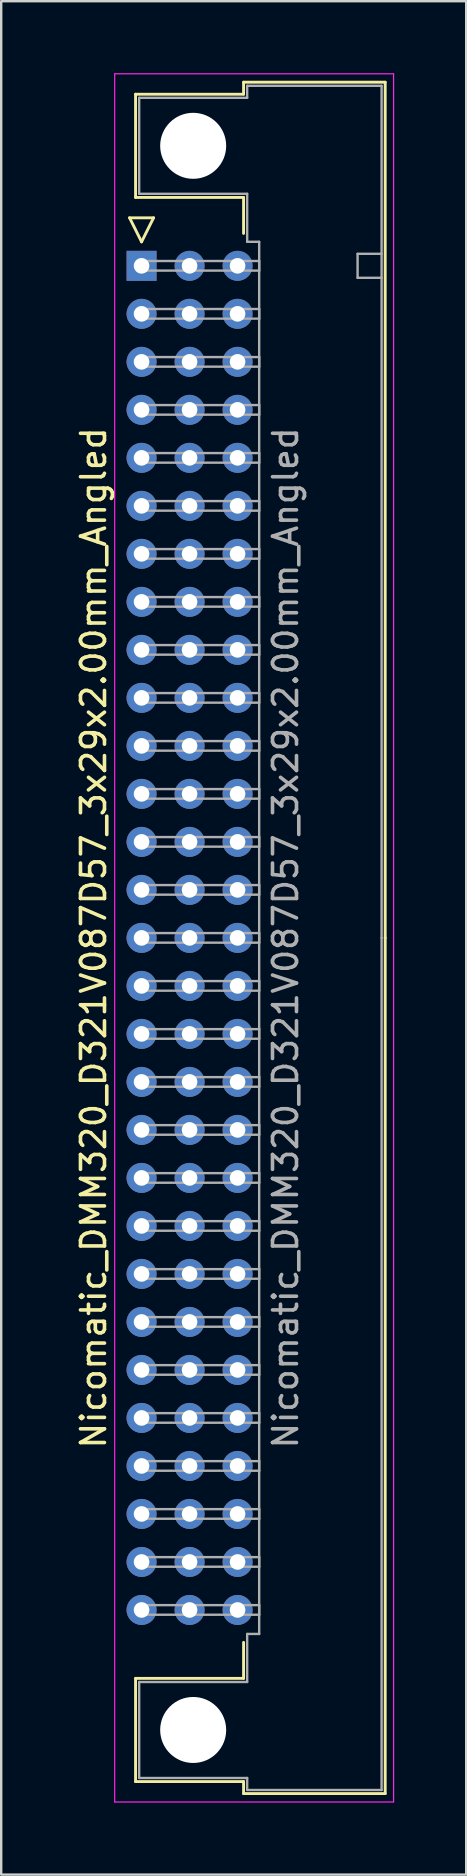
<source format=kicad_pcb>
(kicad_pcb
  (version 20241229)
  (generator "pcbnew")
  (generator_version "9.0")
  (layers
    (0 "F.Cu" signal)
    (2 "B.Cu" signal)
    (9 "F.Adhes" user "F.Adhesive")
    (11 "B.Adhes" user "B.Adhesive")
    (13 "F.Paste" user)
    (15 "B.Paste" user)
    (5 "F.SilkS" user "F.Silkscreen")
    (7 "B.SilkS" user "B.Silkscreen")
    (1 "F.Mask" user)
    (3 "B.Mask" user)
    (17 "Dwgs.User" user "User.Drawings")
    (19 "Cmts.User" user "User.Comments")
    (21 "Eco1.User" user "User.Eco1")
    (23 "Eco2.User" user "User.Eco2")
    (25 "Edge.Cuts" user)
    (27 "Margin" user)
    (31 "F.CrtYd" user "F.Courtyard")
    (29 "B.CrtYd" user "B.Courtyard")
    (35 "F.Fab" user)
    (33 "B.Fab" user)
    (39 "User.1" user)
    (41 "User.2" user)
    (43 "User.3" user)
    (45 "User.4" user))
  (footprint "Nicomatic_DMM320_D321V087D57_3x29x2.00mm_Angled"
    (layer "F.Cu")
    (at 2.848 8.025)
    (property "Reference" "Nicomatic_DMM320_D321V087D57_3x29x2.00mm_Angled" (at -2 28 90) (layer "F.SilkS") (effects (font (size 1 1) (thickness 0.15))))
    (attr through_hole)
    (fp_line (start -0.5 -2) (end 0 -1) (stroke (width 0.12) (type solid)) (layer "F.SilkS"))
    (fp_line (start -0.25 -7.15) (end -0.25 -2.85) (stroke (width 0.12) (type solid)) (layer "F.SilkS"))
    (fp_line (start -0.25 -2.85) (end 4.25 -2.85) (stroke (width 0.12) (type solid)) (layer "F.SilkS"))
    (fp_line (start -0.25 58.85) (end 4.25 58.85) (stroke (width 0.12) (type solid)) (layer "F.SilkS"))
    (fp_line (start -0.25 63.15) (end -0.25 58.85) (stroke (width 0.12) (type solid)) (layer "F.SilkS"))
    (fp_line (start 0 -1) (end 0.5 -2) (stroke (width 0.12) (type solid)) (layer "F.SilkS"))
    (fp_line (start 0.5 -2) (end -0.5 -2) (stroke (width 0.12) (type solid)) (layer "F.SilkS"))
    (fp_line (start 4.25 -7.65) (end 4.25 -7.15) (stroke (width 0.12) (type solid)) (layer "F.SilkS"))
    (fp_line (start 4.25 -7.15) (end -0.25 -7.15) (stroke (width 0.12) (type solid)) (layer "F.SilkS"))
    (fp_line (start 4.25 -2.85) (end 4.25 -1.35) (stroke (width 0.12) (type solid)) (layer "F.SilkS"))
    (fp_line (start 4.25 58.85) (end 4.25 57.35) (stroke (width 0.12) (type solid)) (layer "F.SilkS"))
    (fp_line (start 4.25 63.15) (end -0.25 63.15) (stroke (width 0.12) (type solid)) (layer "F.SilkS"))
    (fp_line (start 4.25 63.65) (end 4.25 63.15) (stroke (width 0.12) (type solid)) (layer "F.SilkS"))
    (fp_line (start 10.15 -7.65) (end 4.25 -7.65) (stroke (width 0.12) (type solid)) (layer "F.SilkS"))
    (fp_line (start 10.15 28) (end 10.15 -7.65) (stroke (width 0.12) (type solid)) (layer "F.SilkS"))
    (fp_line (start 10.15 28) (end 10.15 63.65) (stroke (width 0.12) (type solid)) (layer "F.SilkS"))
    (fp_line (start 10.15 63.65) (end 4.25 63.65) (stroke (width 0.12) (type solid)) (layer "F.SilkS"))
    (fp_line (start -1.12 -8) (end -1.12 64) (stroke (width 0.05) (type solid)) (layer "F.CrtYd"))
    (fp_line (start -1.12 64) (end 10.5 64) (stroke (width 0.05) (type solid)) (layer "F.CrtYd"))
    (fp_line (start 10.5 -8) (end -1.12 -8) (stroke (width 0.05) (type solid)) (layer "F.CrtYd"))
    (fp_line (start 10.5 64) (end 10.5 -8) (stroke (width 0.05) (type solid)) (layer "F.CrtYd"))
    (fp_line (start -0.1 -7) (end -0.1 -3) (stroke (width 0.1) (type solid)) (layer "F.Fab"))
    (fp_line (start -0.1 -3) (end 4.4 -3) (stroke (width 0.1) (type solid)) (layer "F.Fab"))
    (fp_line (start -0.1 59) (end 4.4 59) (stroke (width 0.1) (type solid)) (layer "F.Fab"))
    (fp_line (start -0.1 63) (end -0.1 59) (stroke (width 0.1) (type solid)) (layer "F.Fab"))
    (fp_line (start 0 -0.2) (end 0 0.2) (stroke (width 0.1) (type solid)) (layer "F.Fab"))
    (fp_line (start 0 0.2) (end 4.9 0.2) (stroke (width 0.1) (type solid)) (layer "F.Fab"))
    (fp_line (start 0 1.8) (end 0 2.2) (stroke (width 0.1) (type solid)) (layer "F.Fab"))
    (fp_line (start 0 2.2) (end 4.9 2.2) (stroke (width 0.1) (type solid)) (layer "F.Fab"))
    (fp_line (start 0 3.8) (end 0 4.2) (stroke (width 0.1) (type solid)) (layer "F.Fab"))
    (fp_line (start 0 4.2) (end 4.9 4.2) (stroke (width 0.1) (type solid)) (layer "F.Fab"))
    (fp_line (start 0 5.8) (end 0 6.2) (stroke (width 0.1) (type solid)) (layer "F.Fab"))
    (fp_line (start 0 6.2) (end 4.9 6.2) (stroke (width 0.1) (type solid)) (layer "F.Fab"))
    (fp_line (start 0 7.8) (end 0 8.2) (stroke (width 0.1) (type solid)) (layer "F.Fab"))
    (fp_line (start 0 8.2) (end 4.9 8.2) (stroke (width 0.1) (type solid)) (layer "F.Fab"))
    (fp_line (start 0 9.8) (end 0 10.2) (stroke (width 0.1) (type solid)) (layer "F.Fab"))
    (fp_line (start 0 10.2) (end 4.9 10.2) (stroke (width 0.1) (type solid)) (layer "F.Fab"))
    (fp_line (start 0 11.8) (end 0 12.2) (stroke (width 0.1) (type solid)) (layer "F.Fab"))
    (fp_line (start 0 12.2) (end 4.9 12.2) (stroke (width 0.1) (type solid)) (layer "F.Fab"))
    (fp_line (start 0 13.8) (end 0 14.2) (stroke (width 0.1) (type solid)) (layer "F.Fab"))
    (fp_line (start 0 14.2) (end 4.9 14.2) (stroke (width 0.1) (type solid)) (layer "F.Fab"))
    (fp_line (start 0 15.8) (end 0 16.2) (stroke (width 0.1) (type solid)) (layer "F.Fab"))
    (fp_line (start 0 16.2) (end 4.9 16.2) (stroke (width 0.1) (type solid)) (layer "F.Fab"))
    (fp_line (start 0 17.8) (end 0 18.2) (stroke (width 0.1) (type solid)) (layer "F.Fab"))
    (fp_line (start 0 18.2) (end 4.9 18.2) (stroke (width 0.1) (type solid)) (layer "F.Fab"))
    (fp_line (start 0 19.8) (end 0 20.2) (stroke (width 0.1) (type solid)) (layer "F.Fab"))
    (fp_line (start 0 20.2) (end 4.9 20.2) (stroke (width 0.1) (type solid)) (layer "F.Fab"))
    (fp_line (start 0 21.8) (end 0 22.2) (stroke (width 0.1) (type solid)) (layer "F.Fab"))
    (fp_line (start 0 22.2) (end 4.9 22.2) (stroke (width 0.1) (type solid)) (layer "F.Fab"))
    (fp_line (start 0 23.8) (end 0 24.2) (stroke (width 0.1) (type solid)) (layer "F.Fab"))
    (fp_line (start 0 24.2) (end 4.9 24.2) (stroke (width 0.1) (type solid)) (layer "F.Fab"))
    (fp_line (start 0 25.8) (end 0 26.2) (stroke (width 0.1) (type solid)) (layer "F.Fab"))
    (fp_line (start 0 26.2) (end 4.9 26.2) (stroke (width 0.1) (type solid)) (layer "F.Fab"))
    (fp_line (start 0 27.8) (end 0 28.2) (stroke (width 0.1) (type solid)) (layer "F.Fab"))
    (fp_line (start 0 28.2) (end 4.9 28.2) (stroke (width 0.1) (type solid)) (layer "F.Fab"))
    (fp_line (start 0 29.8) (end 0 30.2) (stroke (width 0.1) (type solid)) (layer "F.Fab"))
    (fp_line (start 0 30.2) (end 4.9 30.2) (stroke (width 0.1) (type solid)) (layer "F.Fab"))
    (fp_line (start 0 31.8) (end 0 32.2) (stroke (width 0.1) (type solid)) (layer "F.Fab"))
    (fp_line (start 0 32.2) (end 4.9 32.2) (stroke (width 0.1) (type solid)) (layer "F.Fab"))
    (fp_line (start 0 33.8) (end 0 34.2) (stroke (width 0.1) (type solid)) (layer "F.Fab"))
    (fp_line (start 0 34.2) (end 4.9 34.2) (stroke (width 0.1) (type solid)) (layer "F.Fab"))
    (fp_line (start 0 35.8) (end 0 36.2) (stroke (width 0.1) (type solid)) (layer "F.Fab"))
    (fp_line (start 0 36.2) (end 4.9 36.2) (stroke (width 0.1) (type solid)) (layer "F.Fab"))
    (fp_line (start 0 37.8) (end 0 38.2) (stroke (width 0.1) (type solid)) (layer "F.Fab"))
    (fp_line (start 0 38.2) (end 4.9 38.2) (stroke (width 0.1) (type solid)) (layer "F.Fab"))
    (fp_line (start 0 39.8) (end 0 40.2) (stroke (width 0.1) (type solid)) (layer "F.Fab"))
    (fp_line (start 0 40.2) (end 4.9 40.2) (stroke (width 0.1) (type solid)) (layer "F.Fab"))
    (fp_line (start 0 41.8) (end 0 42.2) (stroke (width 0.1) (type solid)) (layer "F.Fab"))
    (fp_line (start 0 42.2) (end 4.9 42.2) (stroke (width 0.1) (type solid)) (layer "F.Fab"))
    (fp_line (start 0 43.8) (end 0 44.2) (stroke (width 0.1) (type solid)) (layer "F.Fab"))
    (fp_line (start 0 44.2) (end 4.9 44.2) (stroke (width 0.1) (type solid)) (layer "F.Fab"))
    (fp_line (start 0 45.8) (end 0 46.2) (stroke (width 0.1) (type solid)) (layer "F.Fab"))
    (fp_line (start 0 46.2) (end 4.9 46.2) (stroke (width 0.1) (type solid)) (layer "F.Fab"))
    (fp_line (start 0 47.8) (end 0 48.2) (stroke (width 0.1) (type solid)) (layer "F.Fab"))
    (fp_line (start 0 48.2) (end 4.9 48.2) (stroke (width 0.1) (type solid)) (layer "F.Fab"))
    (fp_line (start 0 49.8) (end 0 50.2) (stroke (width 0.1) (type solid)) (layer "F.Fab"))
    (fp_line (start 0 50.2) (end 4.9 50.2) (stroke (width 0.1) (type solid)) (layer "F.Fab"))
    (fp_line (start 0 51.8) (end 0 52.2) (stroke (width 0.1) (type solid)) (layer "F.Fab"))
    (fp_line (start 0 52.2) (end 4.9 52.2) (stroke (width 0.1) (type solid)) (layer "F.Fab"))
    (fp_line (start 0 53.8) (end 0 54.2) (stroke (width 0.1) (type solid)) (layer "F.Fab"))
    (fp_line (start 0 54.2) (end 4.9 54.2) (stroke (width 0.1) (type solid)) (layer "F.Fab"))
    (fp_line (start 0 55.8) (end 0 56.2) (stroke (width 0.1) (type solid)) (layer "F.Fab"))
    (fp_line (start 0 56.2) (end 4.9 56.2) (stroke (width 0.1) (type solid)) (layer "F.Fab"))
    (fp_line (start 4.4 -7.5) (end 4.4 -7) (stroke (width 0.1) (type solid)) (layer "F.Fab"))
    (fp_line (start 4.4 -7) (end -0.1 -7) (stroke (width 0.1) (type solid)) (layer "F.Fab"))
    (fp_line (start 4.4 -3) (end 4.4 -1) (stroke (width 0.1) (type solid)) (layer "F.Fab"))
    (fp_line (start 4.4 -1) (end 4.9 -1) (stroke (width 0.1) (type solid)) (layer "F.Fab"))
    (fp_line (start 4.4 57) (end 4.9 57) (stroke (width 0.1) (type solid)) (layer "F.Fab"))
    (fp_line (start 4.4 59) (end 4.4 57) (stroke (width 0.1) (type solid)) (layer "F.Fab"))
    (fp_line (start 4.4 63) (end -0.1 63) (stroke (width 0.1) (type solid)) (layer "F.Fab"))
    (fp_line (start 4.4 63.5) (end 4.4 63) (stroke (width 0.1) (type solid)) (layer "F.Fab"))
    (fp_line (start 4.9 -1) (end 4.9 28) (stroke (width 0.1) (type solid)) (layer "F.Fab"))
    (fp_line (start 4.9 -0.2) (end 0 -0.2) (stroke (width 0.1) (type solid)) (layer "F.Fab"))
    (fp_line (start 4.9 0.2) (end 4.9 -0.2) (stroke (width 0.1) (type solid)) (layer "F.Fab"))
    (fp_line (start 4.9 1.8) (end 0 1.8) (stroke (width 0.1) (type solid)) (layer "F.Fab"))
    (fp_line (start 4.9 2.2) (end 4.9 1.8) (stroke (width 0.1) (type solid)) (layer "F.Fab"))
    (fp_line (start 4.9 3.8) (end 0 3.8) (stroke (width 0.1) (type solid)) (layer "F.Fab"))
    (fp_line (start 4.9 4.2) (end 4.9 3.8) (stroke (width 0.1) (type solid)) (layer "F.Fab"))
    (fp_line (start 4.9 5.8) (end 0 5.8) (stroke (width 0.1) (type solid)) (layer "F.Fab"))
    (fp_line (start 4.9 6.2) (end 4.9 5.8) (stroke (width 0.1) (type solid)) (layer "F.Fab"))
    (fp_line (start 4.9 7.8) (end 0 7.8) (stroke (width 0.1) (type solid)) (layer "F.Fab"))
    (fp_line (start 4.9 8.2) (end 4.9 7.8) (stroke (width 0.1) (type solid)) (layer "F.Fab"))
    (fp_line (start 4.9 9.8) (end 0 9.8) (stroke (width 0.1) (type solid)) (layer "F.Fab"))
    (fp_line (start 4.9 10.2) (end 4.9 9.8) (stroke (width 0.1) (type solid)) (layer "F.Fab"))
    (fp_line (start 4.9 11.8) (end 0 11.8) (stroke (width 0.1) (type solid)) (layer "F.Fab"))
    (fp_line (start 4.9 12.2) (end 4.9 11.8) (stroke (width 0.1) (type solid)) (layer "F.Fab"))
    (fp_line (start 4.9 13.8) (end 0 13.8) (stroke (width 0.1) (type solid)) (layer "F.Fab"))
    (fp_line (start 4.9 14.2) (end 4.9 13.8) (stroke (width 0.1) (type solid)) (layer "F.Fab"))
    (fp_line (start 4.9 15.8) (end 0 15.8) (stroke (width 0.1) (type solid)) (layer "F.Fab"))
    (fp_line (start 4.9 16.2) (end 4.9 15.8) (stroke (width 0.1) (type solid)) (layer "F.Fab"))
    (fp_line (start 4.9 17.8) (end 0 17.8) (stroke (width 0.1) (type solid)) (layer "F.Fab"))
    (fp_line (start 4.9 18.2) (end 4.9 17.8) (stroke (width 0.1) (type solid)) (layer "F.Fab"))
    (fp_line (start 4.9 19.8) (end 0 19.8) (stroke (width 0.1) (type solid)) (layer "F.Fab"))
    (fp_line (start 4.9 20.2) (end 4.9 19.8) (stroke (width 0.1) (type solid)) (layer "F.Fab"))
    (fp_line (start 4.9 21.8) (end 0 21.8) (stroke (width 0.1) (type solid)) (layer "F.Fab"))
    (fp_line (start 4.9 22.2) (end 4.9 21.8) (stroke (width 0.1) (type solid)) (layer "F.Fab"))
    (fp_line (start 4.9 23.8) (end 0 23.8) (stroke (width 0.1) (type solid)) (layer "F.Fab"))
    (fp_line (start 4.9 24.2) (end 4.9 23.8) (stroke (width 0.1) (type solid)) (layer "F.Fab"))
    (fp_line (start 4.9 25.8) (end 0 25.8) (stroke (width 0.1) (type solid)) (layer "F.Fab"))
    (fp_line (start 4.9 26.2) (end 4.9 25.8) (stroke (width 0.1) (type solid)) (layer "F.Fab"))
    (fp_line (start 4.9 27.8) (end 0 27.8) (stroke (width 0.1) (type solid)) (layer "F.Fab"))
    (fp_line (start 4.9 28.2) (end 4.9 27.8) (stroke (width 0.1) (type solid)) (layer "F.Fab"))
    (fp_line (start 4.9 29.8) (end 0 29.8) (stroke (width 0.1) (type solid)) (layer "F.Fab"))
    (fp_line (start 4.9 30.2) (end 4.9 29.8) (stroke (width 0.1) (type solid)) (layer "F.Fab"))
    (fp_line (start 4.9 31.8) (end 0 31.8) (stroke (width 0.1) (type solid)) (layer "F.Fab"))
    (fp_line (start 4.9 32.2) (end 4.9 31.8) (stroke (width 0.1) (type solid)) (layer "F.Fab"))
    (fp_line (start 4.9 33.8) (end 0 33.8) (stroke (width 0.1) (type solid)) (layer "F.Fab"))
    (fp_line (start 4.9 34.2) (end 4.9 33.8) (stroke (width 0.1) (type solid)) (layer "F.Fab"))
    (fp_line (start 4.9 35.8) (end 0 35.8) (stroke (width 0.1) (type solid)) (layer "F.Fab"))
    (fp_line (start 4.9 36.2) (end 4.9 35.8) (stroke (width 0.1) (type solid)) (layer "F.Fab"))
    (fp_line (start 4.9 37.8) (end 0 37.8) (stroke (width 0.1) (type solid)) (layer "F.Fab"))
    (fp_line (start 4.9 38.2) (end 4.9 37.8) (stroke (width 0.1) (type solid)) (layer "F.Fab"))
    (fp_line (start 4.9 39.8) (end 0 39.8) (stroke (width 0.1) (type solid)) (layer "F.Fab"))
    (fp_line (start 4.9 40.2) (end 4.9 39.8) (stroke (width 0.1) (type solid)) (layer "F.Fab"))
    (fp_line (start 4.9 41.8) (end 0 41.8) (stroke (width 0.1) (type solid)) (layer "F.Fab"))
    (fp_line (start 4.9 42.2) (end 4.9 41.8) (stroke (width 0.1) (type solid)) (layer "F.Fab"))
    (fp_line (start 4.9 43.8) (end 0 43.8) (stroke (width 0.1) (type solid)) (layer "F.Fab"))
    (fp_line (start 4.9 44.2) (end 4.9 43.8) (stroke (width 0.1) (type solid)) (layer "F.Fab"))
    (fp_line (start 4.9 45.8) (end 0 45.8) (stroke (width 0.1) (type solid)) (layer "F.Fab"))
    (fp_line (start 4.9 46.2) (end 4.9 45.8) (stroke (width 0.1) (type solid)) (layer "F.Fab"))
    (fp_line (start 4.9 47.8) (end 0 47.8) (stroke (width 0.1) (type solid)) (layer "F.Fab"))
    (fp_line (start 4.9 48.2) (end 4.9 47.8) (stroke (width 0.1) (type solid)) (layer "F.Fab"))
    (fp_line (start 4.9 49.8) (end 0 49.8) (stroke (width 0.1) (type solid)) (layer "F.Fab"))
    (fp_line (start 4.9 50.2) (end 4.9 49.8) (stroke (width 0.1) (type solid)) (layer "F.Fab"))
    (fp_line (start 4.9 51.8) (end 0 51.8) (stroke (width 0.1) (type solid)) (layer "F.Fab"))
    (fp_line (start 4.9 52.2) (end 4.9 51.8) (stroke (width 0.1) (type solid)) (layer "F.Fab"))
    (fp_line (start 4.9 53.8) (end 0 53.8) (stroke (width 0.1) (type solid)) (layer "F.Fab"))
    (fp_line (start 4.9 54.2) (end 4.9 53.8) (stroke (width 0.1) (type solid)) (layer "F.Fab"))
    (fp_line (start 4.9 55.8) (end 0 55.8) (stroke (width 0.1) (type solid)) (layer "F.Fab"))
    (fp_line (start 4.9 56.2) (end 4.9 55.8) (stroke (width 0.1) (type solid)) (layer "F.Fab"))
    (fp_line (start 4.9 57) (end 4.9 28) (stroke (width 0.1) (type solid)) (layer "F.Fab"))
    (fp_line (start 9 -0.5) (end 9 0.5) (stroke (width 0.1) (type solid)) (layer "F.Fab"))
    (fp_line (start 9 0.5) (end 10 0.5) (stroke (width 0.1) (type solid)) (layer "F.Fab"))
    (fp_line (start 10 -7.5) (end 4.4 -7.5) (stroke (width 0.1) (type solid)) (layer "F.Fab"))
    (fp_line (start 10 -0.5) (end 9 -0.5) (stroke (width 0.1) (type solid)) (layer "F.Fab"))
    (fp_line (start 10 28) (end 10 -7.5) (stroke (width 0.1) (type solid)) (layer "F.Fab"))
    (fp_line (start 10 28) (end 10 63.5) (stroke (width 0.1) (type solid)) (layer "F.Fab"))
    (fp_line (start 10 63.5) (end 4.4 63.5) (stroke (width 0.1) (type solid)) (layer "F.Fab"))
    (fp_text user "${REFERENCE}" (at 6 28 90) (layer "F.Fab") (effects (font (size 1 1) (thickness 0.15))))
    (pad "" np_thru_hole circle (at 2.15 -5) (size 2.75 2.75) (drill 2.75) (layers "*.Cu" "*.Mask"))
    (pad "" np_thru_hole circle (at 2.15 61) (size 2.75 2.75) (drill 2.75) (layers "*.Cu" "*.Mask"))
    (pad "1" thru_hole rect (at 0 0) (size 1.25 1.25) (drill 0.65) (layers "*.Cu" "*.Mask"))
    (pad "2" thru_hole oval (at 0 2) (size 1.25 1.25) (drill 0.65) (layers "*.Cu" "*.Mask"))
    (pad "3" thru_hole oval (at 0 4) (size 1.25 1.25) (drill 0.65) (layers "*.Cu" "*.Mask"))
    (pad "4" thru_hole oval (at 0 6) (size 1.25 1.25) (drill 0.65) (layers "*.Cu" "*.Mask"))
    (pad "5" thru_hole oval (at 0 8) (size 1.25 1.25) (drill 0.65) (layers "*.Cu" "*.Mask"))
    (pad "6" thru_hole oval (at 0 10) (size 1.25 1.25) (drill 0.65) (layers "*.Cu" "*.Mask"))
    (pad "7" thru_hole oval (at 0 12) (size 1.25 1.25) (drill 0.65) (layers "*.Cu" "*.Mask"))
    (pad "8" thru_hole oval (at 0 14) (size 1.25 1.25) (drill 0.65) (layers "*.Cu" "*.Mask"))
    (pad "9" thru_hole oval (at 0 16) (size 1.25 1.25) (drill 0.65) (layers "*.Cu" "*.Mask"))
    (pad "10" thru_hole oval (at 0 18) (size 1.25 1.25) (drill 0.65) (layers "*.Cu" "*.Mask"))
    (pad "11" thru_hole oval (at 0 20) (size 1.25 1.25) (drill 0.65) (layers "*.Cu" "*.Mask"))
    (pad "12" thru_hole oval (at 0 22) (size 1.25 1.25) (drill 0.65) (layers "*.Cu" "*.Mask"))
    (pad "13" thru_hole oval (at 0 24) (size 1.25 1.25) (drill 0.65) (layers "*.Cu" "*.Mask"))
    (pad "14" thru_hole oval (at 0 26) (size 1.25 1.25) (drill 0.65) (layers "*.Cu" "*.Mask"))
    (pad "15" thru_hole oval (at 0 28) (size 1.25 1.25) (drill 0.65) (layers "*.Cu" "*.Mask"))
    (pad "16" thru_hole oval (at 0 30) (size 1.25 1.25) (drill 0.65) (layers "*.Cu" "*.Mask"))
    (pad "17" thru_hole oval (at 0 32) (size 1.25 1.25) (drill 0.65) (layers "*.Cu" "*.Mask"))
    (pad "18" thru_hole oval (at 0 34) (size 1.25 1.25) (drill 0.65) (layers "*.Cu" "*.Mask"))
    (pad "19" thru_hole oval (at 0 36) (size 1.25 1.25) (drill 0.65) (layers "*.Cu" "*.Mask"))
    (pad "20" thru_hole oval (at 0 38) (size 1.25 1.25) (drill 0.65) (layers "*.Cu" "*.Mask"))
    (pad "21" thru_hole oval (at 0 40) (size 1.25 1.25) (drill 0.65) (layers "*.Cu" "*.Mask"))
    (pad "22" thru_hole oval (at 0 42) (size 1.25 1.25) (drill 0.65) (layers "*.Cu" "*.Mask"))
    (pad "23" thru_hole oval (at 0 44) (size 1.25 1.25) (drill 0.65) (layers "*.Cu" "*.Mask"))
    (pad "24" thru_hole oval (at 0 46) (size 1.25 1.25) (drill 0.65) (layers "*.Cu" "*.Mask"))
    (pad "25" thru_hole oval (at 0 48) (size 1.25 1.25) (drill 0.65) (layers "*.Cu" "*.Mask"))
    (pad "26" thru_hole oval (at 0 50) (size 1.25 1.25) (drill 0.65) (layers "*.Cu" "*.Mask"))
    (pad "27" thru_hole oval (at 0 52) (size 1.25 1.25) (drill 0.65) (layers "*.Cu" "*.Mask"))
    (pad "28" thru_hole oval (at 0 54) (size 1.25 1.25) (drill 0.65) (layers "*.Cu" "*.Mask"))
    (pad "29" thru_hole oval (at 0 56) (size 1.25 1.25) (drill 0.65) (layers "*.Cu" "*.Mask"))
    (pad "30" thru_hole oval (at 2 0) (size 1.25 1.25) (drill 0.65) (layers "*.Cu" "*.Mask"))
    (pad "31" thru_hole oval (at 2 2) (size 1.25 1.25) (drill 0.65) (layers "*.Cu" "*.Mask"))
    (pad "32" thru_hole oval (at 2 4) (size 1.25 1.25) (drill 0.65) (layers "*.Cu" "*.Mask"))
    (pad "33" thru_hole oval (at 2 6) (size 1.25 1.25) (drill 0.65) (layers "*.Cu" "*.Mask"))
    (pad "34" thru_hole oval (at 2 8) (size 1.25 1.25) (drill 0.65) (layers "*.Cu" "*.Mask"))
    (pad "35" thru_hole oval (at 2 10) (size 1.25 1.25) (drill 0.65) (layers "*.Cu" "*.Mask"))
    (pad "36" thru_hole oval (at 2 12) (size 1.25 1.25) (drill 0.65) (layers "*.Cu" "*.Mask"))
    (pad "37" thru_hole oval (at 2 14) (size 1.25 1.25) (drill 0.65) (layers "*.Cu" "*.Mask"))
    (pad "38" thru_hole oval (at 2 16) (size 1.25 1.25) (drill 0.65) (layers "*.Cu" "*.Mask"))
    (pad "39" thru_hole oval (at 2 18) (size 1.25 1.25) (drill 0.65) (layers "*.Cu" "*.Mask"))
    (pad "40" thru_hole oval (at 2 20) (size 1.25 1.25) (drill 0.65) (layers "*.Cu" "*.Mask"))
    (pad "41" thru_hole oval (at 2 22) (size 1.25 1.25) (drill 0.65) (layers "*.Cu" "*.Mask"))
    (pad "42" thru_hole oval (at 2 24) (size 1.25 1.25) (drill 0.65) (layers "*.Cu" "*.Mask"))
    (pad "43" thru_hole oval (at 2 26) (size 1.25 1.25) (drill 0.65) (layers "*.Cu" "*.Mask"))
    (pad "44" thru_hole oval (at 2 28) (size 1.25 1.25) (drill 0.65) (layers "*.Cu" "*.Mask"))
    (pad "45" thru_hole oval (at 2 30) (size 1.25 1.25) (drill 0.65) (layers "*.Cu" "*.Mask"))
    (pad "46" thru_hole oval (at 2 32) (size 1.25 1.25) (drill 0.65) (layers "*.Cu" "*.Mask"))
    (pad "47" thru_hole oval (at 2 34) (size 1.25 1.25) (drill 0.65) (layers "*.Cu" "*.Mask"))
    (pad "48" thru_hole oval (at 2 36) (size 1.25 1.25) (drill 0.65) (layers "*.Cu" "*.Mask"))
    (pad "49" thru_hole oval (at 2 38) (size 1.25 1.25) (drill 0.65) (layers "*.Cu" "*.Mask"))
    (pad "50" thru_hole oval (at 2 40) (size 1.25 1.25) (drill 0.65) (layers "*.Cu" "*.Mask"))
    (pad "51" thru_hole oval (at 2 42) (size 1.25 1.25) (drill 0.65) (layers "*.Cu" "*.Mask"))
    (pad "52" thru_hole oval (at 2 44) (size 1.25 1.25) (drill 0.65) (layers "*.Cu" "*.Mask"))
    (pad "53" thru_hole oval (at 2 46) (size 1.25 1.25) (drill 0.65) (layers "*.Cu" "*.Mask"))
    (pad "54" thru_hole oval (at 2 48) (size 1.25 1.25) (drill 0.65) (layers "*.Cu" "*.Mask"))
    (pad "55" thru_hole oval (at 2 50) (size 1.25 1.25) (drill 0.65) (layers "*.Cu" "*.Mask"))
    (pad "56" thru_hole oval (at 2 52) (size 1.25 1.25) (drill 0.65) (layers "*.Cu" "*.Mask"))
    (pad "57" thru_hole oval (at 2 54) (size 1.25 1.25) (drill 0.65) (layers "*.Cu" "*.Mask"))
    (pad "58" thru_hole oval (at 2 56) (size 1.25 1.25) (drill 0.65) (layers "*.Cu" "*.Mask"))
    (pad "59" thru_hole oval (at 4 0) (size 1.25 1.25) (drill 0.65) (layers "*.Cu" "*.Mask"))
    (pad "60" thru_hole oval (at 4 2) (size 1.25 1.25) (drill 0.65) (layers "*.Cu" "*.Mask"))
    (pad "61" thru_hole oval (at 4 4) (size 1.25 1.25) (drill 0.65) (layers "*.Cu" "*.Mask"))
    (pad "62" thru_hole oval (at 4 6) (size 1.25 1.25) (drill 0.65) (layers "*.Cu" "*.Mask"))
    (pad "63" thru_hole oval (at 4 8) (size 1.25 1.25) (drill 0.65) (layers "*.Cu" "*.Mask"))
    (pad "64" thru_hole oval (at 4 10) (size 1.25 1.25) (drill 0.65) (layers "*.Cu" "*.Mask"))
    (pad "65" thru_hole oval (at 4 12) (size 1.25 1.25) (drill 0.65) (layers "*.Cu" "*.Mask"))
    (pad "66" thru_hole oval (at 4 14) (size 1.25 1.25) (drill 0.65) (layers "*.Cu" "*.Mask"))
    (pad "67" thru_hole oval (at 4 16) (size 1.25 1.25) (drill 0.65) (layers "*.Cu" "*.Mask"))
    (pad "68" thru_hole oval (at 4 18) (size 1.25 1.25) (drill 0.65) (layers "*.Cu" "*.Mask"))
    (pad "69" thru_hole oval (at 4 20) (size 1.25 1.25) (drill 0.65) (layers "*.Cu" "*.Mask"))
    (pad "70" thru_hole oval (at 4 22) (size 1.25 1.25) (drill 0.65) (layers "*.Cu" "*.Mask"))
    (pad "71" thru_hole oval (at 4 24) (size 1.25 1.25) (drill 0.65) (layers "*.Cu" "*.Mask"))
    (pad "72" thru_hole oval (at 4 26) (size 1.25 1.25) (drill 0.65) (layers "*.Cu" "*.Mask"))
    (pad "73" thru_hole oval (at 4 28) (size 1.25 1.25) (drill 0.65) (layers "*.Cu" "*.Mask"))
    (pad "74" thru_hole oval (at 4 30) (size 1.25 1.25) (drill 0.65) (layers "*.Cu" "*.Mask"))
    (pad "75" thru_hole oval (at 4 32) (size 1.25 1.25) (drill 0.65) (layers "*.Cu" "*.Mask"))
    (pad "76" thru_hole oval (at 4 34) (size 1.25 1.25) (drill 0.65) (layers "*.Cu" "*.Mask"))
    (pad "77" thru_hole oval (at 4 36) (size 1.25 1.25) (drill 0.65) (layers "*.Cu" "*.Mask"))
    (pad "78" thru_hole oval (at 4 38) (size 1.25 1.25) (drill 0.65) (layers "*.Cu" "*.Mask"))
    (pad "79" thru_hole oval (at 4 40) (size 1.25 1.25) (drill 0.65) (layers "*.Cu" "*.Mask"))
    (pad "80" thru_hole oval (at 4 42) (size 1.25 1.25) (drill 0.65) (layers "*.Cu" "*.Mask"))
    (pad "81" thru_hole oval (at 4 44) (size 1.25 1.25) (drill 0.65) (layers "*.Cu" "*.Mask"))
    (pad "82" thru_hole oval (at 4 46) (size 1.25 1.25) (drill 0.65) (layers "*.Cu" "*.Mask"))
    (pad "83" thru_hole oval (at 4 48) (size 1.25 1.25) (drill 0.65) (layers "*.Cu" "*.Mask"))
    (pad "84" thru_hole oval (at 4 50) (size 1.25 1.25) (drill 0.65) (layers "*.Cu" "*.Mask"))
    (pad "85" thru_hole oval (at 4 52) (size 1.25 1.25) (drill 0.65) (layers "*.Cu" "*.Mask"))
    (pad "86" thru_hole oval (at 4 54) (size 1.25 1.25) (drill 0.65) (layers "*.Cu" "*.Mask"))
    (pad "87" thru_hole oval (at 4 56) (size 1.25 1.25) (drill 0.65) (layers "*.Cu" "*.Mask")))
  (gr_rect
    (start -3 -3)
    (end 16.373 75.05)
    (stroke (width 0.1) (type default))
    (fill no)
    (layer "Edge.Cuts")))
</source>
